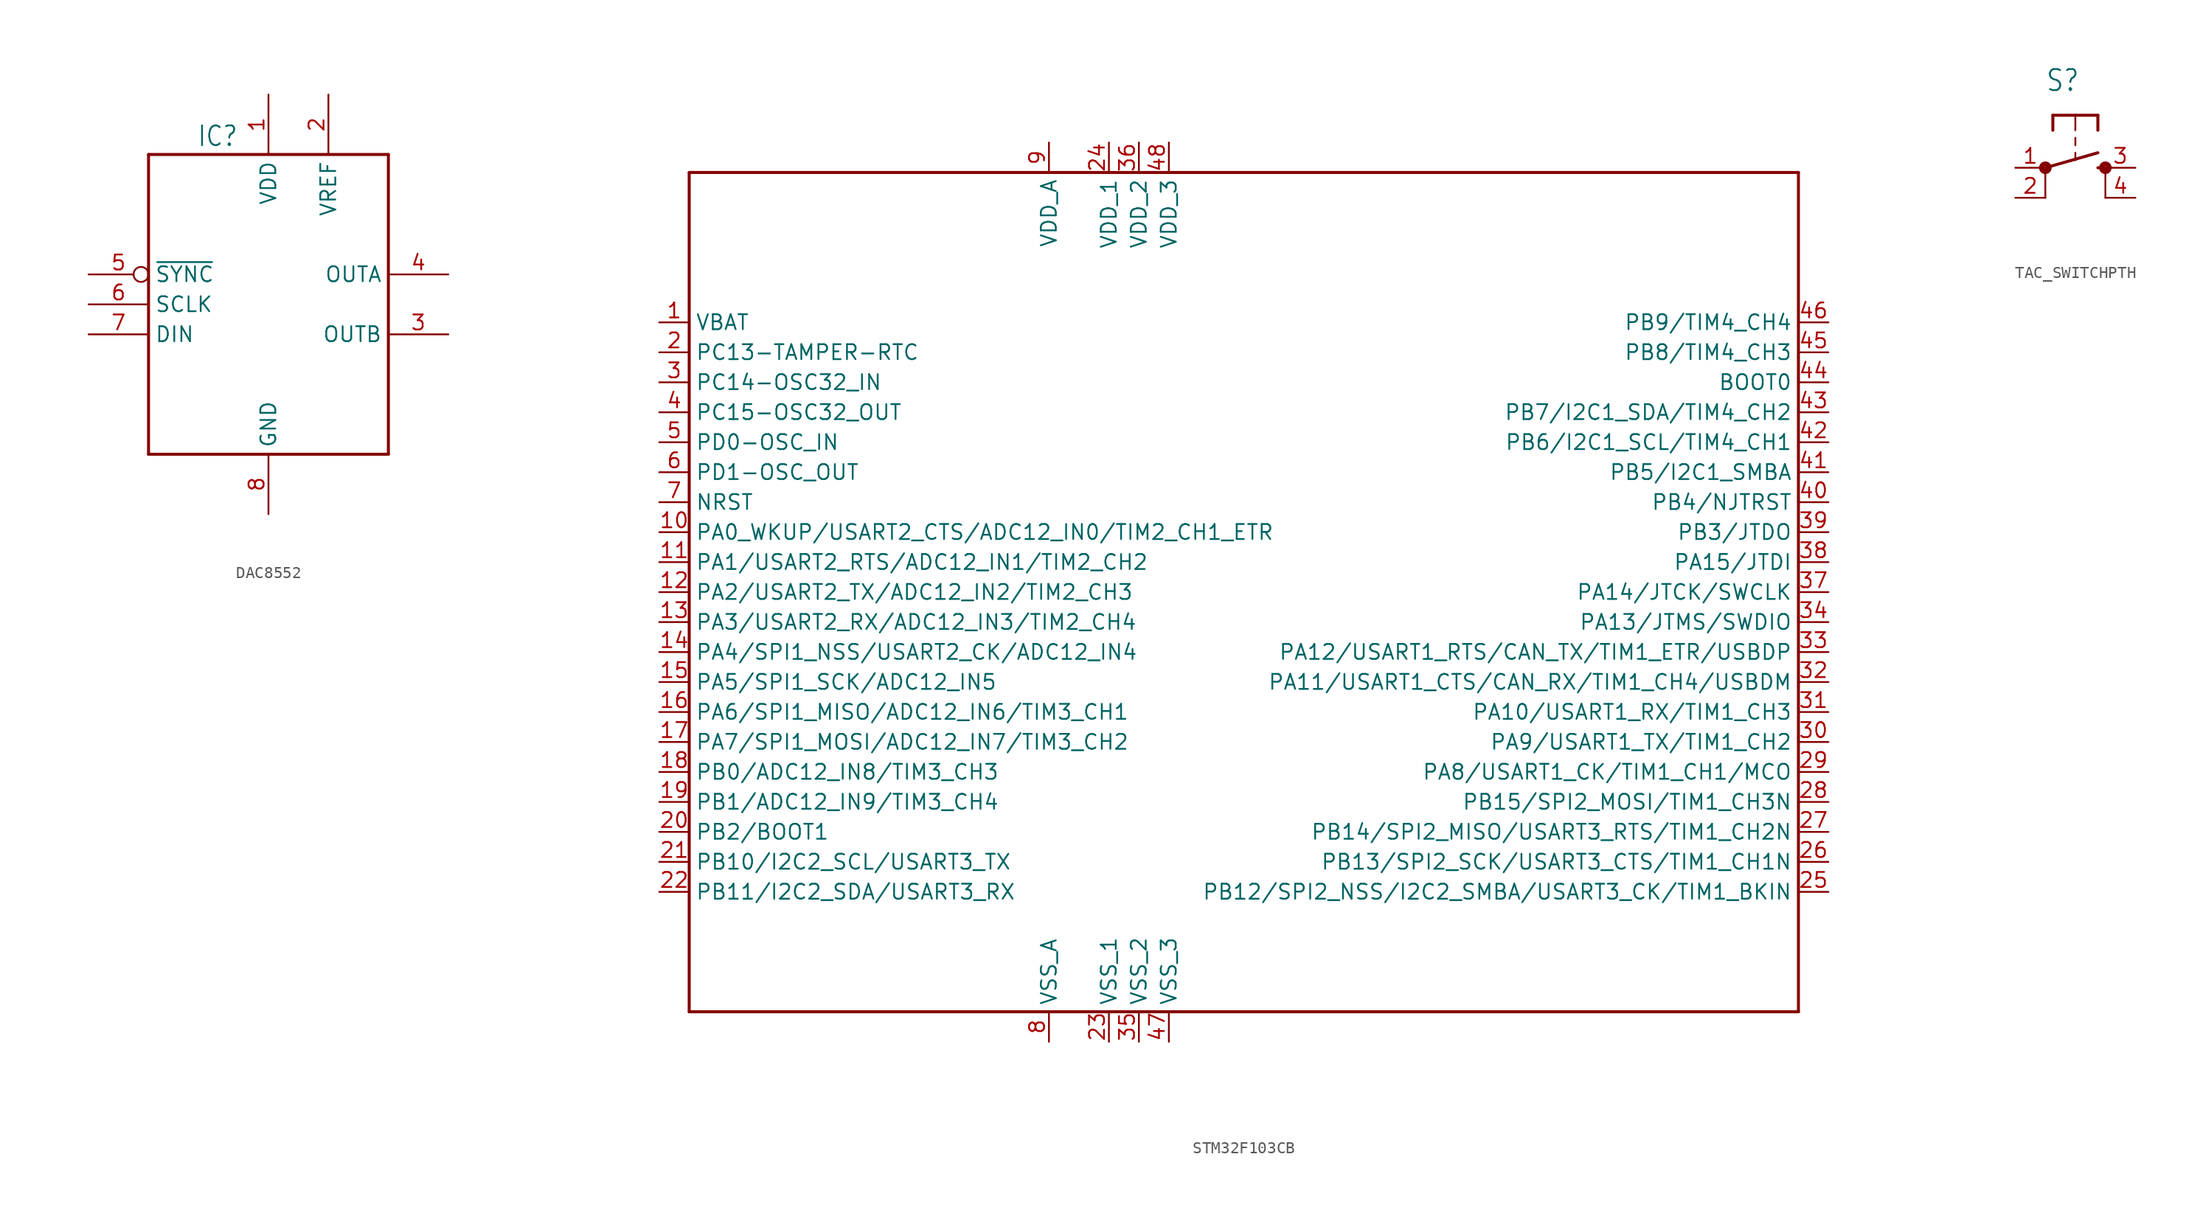
<source format=kicad_sym>
(kicad_symbol_lib
  (version 20220914)
  (generator kicad_symbol_editor)
  (symbol "DAC8552"
    (property "Reference" "IC"
      (at -2.54 15.24 0)
      (effects (font (size 1.676 1.425)) (justify right top)))
    (property "Value" ""
      (at -10.16 -15.24 0)
      (effects (font (size 1.422 1.209)) (justify left bottom)))
    (property "ki_locked" ""
      (at 0 0 0)
      (effects (font (size 1.27 1.27))))
    (symbol "DAC8552_1_0"
      (polyline (pts (xy -10.16 -12.7) (xy -10.16 12.7)) (stroke (width 0.254) (type solid)) (fill (type none)))
      (polyline (pts (xy -10.16 12.7) (xy 10.16 12.7)) (stroke (width 0.254) (type solid)) (fill (type none)))
      (polyline (pts (xy 10.16 -12.7) (xy -10.16 -12.7)) (stroke (width 0.254) (type solid)) (fill (type none)))
      (polyline (pts (xy 10.16 12.7) (xy 10.16 -12.7)) (stroke (width 0.254) (type solid)) (fill (type none)))
      (pin power_in line (at 0 17.78 270) (length 5.08) (name "VDD" (effects (font (size 1.27 1.27)))) (number "1" (effects (font (size 1.27 1.27)))))
      (pin power_in line (at 5.08 17.78 270) (length 5.08) (name "VREF" (effects (font (size 1.27 1.27)))) (number "2" (effects (font (size 1.27 1.27)))))
      (pin input line (at 15.24 -2.54 180) (length 5.08) (name "OUTB" (effects (font (size 1.27 1.27)))) (number "3" (effects (font (size 1.27 1.27)))))
      (pin output line (at 15.24 2.54 180) (length 5.08) (name "OUTA" (effects (font (size 1.27 1.27)))) (number "4" (effects (font (size 1.27 1.27)))))
      (pin bidirectional inverted (at -15.24 2.54 0) (length 5.08) (name "~{SYNC}" (effects (font (size 1.27 1.27)))) (number "5" (effects (font (size 1.27 1.27)))))
      (pin bidirectional line (at -15.24 0 0) (length 5.08) (name "SCLK" (effects (font (size 1.27 1.27)))) (number "6" (effects (font (size 1.27 1.27)))))
      (pin bidirectional line (at -15.24 -2.54 0) (length 5.08) (name "DIN" (effects (font (size 1.27 1.27)))) (number "7" (effects (font (size 1.27 1.27)))))
      (pin power_in line (at 0 -17.78 90) (length 5.08) (name "GND" (effects (font (size 1.27 1.27)))) (number "8" (effects (font (size 1.27 1.27)))))))
  (symbol "STM32F103CB"
    (property "Reference" ""
      (at 38.1 -38.1 0)
      (effects (font (size 1.778 1.511)) (justify left bottom) hide))
    (property "Value" ""
      (at 45.72 38.1 0)
      (effects (font (size 1.778 1.511)) (justify right top)))
    (property "ki_locked" ""
      (at 0 0 0)
      (effects (font (size 1.27 1.27))))
    (symbol "STM32F103CB_1_0"
      (polyline (pts (xy -45.72 -35.56) (xy 48.26 -35.56)) (stroke (width 0.254) (type solid)) (fill (type none)))
      (polyline (pts (xy -45.72 35.56) (xy -45.72 -35.56)) (stroke (width 0.254) (type solid)) (fill (type none)))
      (polyline (pts (xy 48.26 -35.56) (xy 48.26 35.56)) (stroke (width 0.254) (type solid)) (fill (type none)))
      (polyline (pts (xy 48.26 35.56) (xy -45.72 35.56)) (stroke (width 0.254) (type solid)) (fill (type none)))
      (pin power_in line (at -48.26 22.86 0) (length 2.54) (name "VBAT" (effects (font (size 1.27 1.27)))) (number "1" (effects (font (size 1.27 1.27)))))
      (pin bidirectional line (at -48.26 5.08 0) (length 2.54) (name "PA0_WKUP/USART2_CTS/ADC12_IN0/TIM2_CH1_ETR" (effects (font (size 1.27 1.27)))) (number "10" (effects (font (size 1.27 1.27)))))
      (pin bidirectional line (at -48.26 2.54 0) (length 2.54) (name "PA1/USART2_RTS/ADC12_IN1/TIM2_CH2" (effects (font (size 1.27 1.27)))) (number "11" (effects (font (size 1.27 1.27)))))
      (pin bidirectional line (at -48.26 0 0) (length 2.54) (name "PA2/USART2_TX/ADC12_IN2/TIM2_CH3" (effects (font (size 1.27 1.27)))) (number "12" (effects (font (size 1.27 1.27)))))
      (pin bidirectional line (at -48.26 -2.54 0) (length 2.54) (name "PA3/USART2_RX/ADC12_IN3/TIM2_CH4" (effects (font (size 1.27 1.27)))) (number "13" (effects (font (size 1.27 1.27)))))
      (pin bidirectional line (at -48.26 -5.08 0) (length 2.54) (name "PA4/SPI1_NSS/USART2_CK/ADC12_IN4" (effects (font (size 1.27 1.27)))) (number "14" (effects (font (size 1.27 1.27)))))
      (pin bidirectional line (at -48.26 -7.62 0) (length 2.54) (name "PA5/SPI1_SCK/ADC12_IN5" (effects (font (size 1.27 1.27)))) (number "15" (effects (font (size 1.27 1.27)))))
      (pin bidirectional line (at -48.26 -10.16 0) (length 2.54) (name "PA6/SPI1_MISO/ADC12_IN6/TIM3_CH1" (effects (font (size 1.27 1.27)))) (number "16" (effects (font (size 1.27 1.27)))))
      (pin bidirectional line (at -48.26 -12.7 0) (length 2.54) (name "PA7/SPI1_MOSI/ADC12_IN7/TIM3_CH2" (effects (font (size 1.27 1.27)))) (number "17" (effects (font (size 1.27 1.27)))))
      (pin bidirectional line (at -48.26 -15.24 0) (length 2.54) (name "PB0/ADC12_IN8/TIM3_CH3" (effects (font (size 1.27 1.27)))) (number "18" (effects (font (size 1.27 1.27)))))
      (pin bidirectional line (at -48.26 -17.78 0) (length 2.54) (name "PB1/ADC12_IN9/TIM3_CH4" (effects (font (size 1.27 1.27)))) (number "19" (effects (font (size 1.27 1.27)))))
      (pin input line (at -48.26 20.32 0) (length 2.54) (name "PC13-TAMPER-RTC" (effects (font (size 1.27 1.27)))) (number "2" (effects (font (size 1.27 1.27)))))
      (pin bidirectional line (at -48.26 -20.32 0) (length 2.54) (name "PB2/BOOT1" (effects (font (size 1.27 1.27)))) (number "20" (effects (font (size 1.27 1.27)))))
      (pin input line (at -48.26 -22.86 0) (length 2.54) (name "PB10/I2C2_SCL/USART3_TX" (effects (font (size 1.27 1.27)))) (number "21" (effects (font (size 1.27 1.27)))))
      (pin input line (at -48.26 -25.4 0) (length 2.54) (name "PB11/I2C2_SDA/USART3_RX" (effects (font (size 1.27 1.27)))) (number "22" (effects (font (size 1.27 1.27)))))
      (pin power_in line (at -10.16 -38.1 90) (length 2.54) (name "VSS_1" (effects (font (size 1.27 1.27)))) (number "23" (effects (font (size 1.27 1.27)))))
      (pin power_in line (at -10.16 38.1 270) (length 2.54) (name "VDD_1" (effects (font (size 1.27 1.27)))) (number "24" (effects (font (size 1.27 1.27)))))
      (pin input line (at 50.8 -25.4 180) (length 2.54) (name "PB12/SPI2_NSS/I2C2_SMBA/USART3_CK/TIM1_BKIN" (effects (font (size 1.27 1.27)))) (number "25" (effects (font (size 1.27 1.27)))))
      (pin input line (at 50.8 -22.86 180) (length 2.54) (name "PB13/SPI2_SCK/USART3_CTS/TIM1_CH1N" (effects (font (size 1.27 1.27)))) (number "26" (effects (font (size 1.27 1.27)))))
      (pin input line (at 50.8 -20.32 180) (length 2.54) (name "PB14/SPI2_MISO/USART3_RTS/TIM1_CH2N" (effects (font (size 1.27 1.27)))) (number "27" (effects (font (size 1.27 1.27)))))
      (pin input line (at 50.8 -17.78 180) (length 2.54) (name "PB15/SPI2_MOSI/TIM1_CH3N" (effects (font (size 1.27 1.27)))) (number "28" (effects (font (size 1.27 1.27)))))
      (pin bidirectional line (at 50.8 -15.24 180) (length 2.54) (name "PA8/USART1_CK/TIM1_CH1/MCO" (effects (font (size 1.27 1.27)))) (number "29" (effects (font (size 1.27 1.27)))))
      (pin input line (at -48.26 17.78 0) (length 2.54) (name "PC14-OSC32_IN" (effects (font (size 1.27 1.27)))) (number "3" (effects (font (size 1.27 1.27)))))
      (pin input line (at 50.8 -12.7 180) (length 2.54) (name "PA9/USART1_TX/TIM1_CH2" (effects (font (size 1.27 1.27)))) (number "30" (effects (font (size 1.27 1.27)))))
      (pin bidirectional line (at 50.8 -10.16 180) (length 2.54) (name "PA10/USART1_RX/TIM1_CH3" (effects (font (size 1.27 1.27)))) (number "31" (effects (font (size 1.27 1.27)))))
      (pin bidirectional line (at 50.8 -7.62 180) (length 2.54) (name "PA11/USART1_CTS/CAN_RX/TIM1_CH4/USBDM" (effects (font (size 1.27 1.27)))) (number "32" (effects (font (size 1.27 1.27)))))
      (pin bidirectional line (at 50.8 -5.08 180) (length 2.54) (name "PA12/USART1_RTS/CAN_TX/TIM1_ETR/USBDP" (effects (font (size 1.27 1.27)))) (number "33" (effects (font (size 1.27 1.27)))))
      (pin bidirectional line (at 50.8 -2.54 180) (length 2.54) (name "PA13/JTMS/SWDIO" (effects (font (size 1.27 1.27)))) (number "34" (effects (font (size 1.27 1.27)))))
      (pin power_in line (at -7.62 -38.1 90) (length 2.54) (name "VSS_2" (effects (font (size 1.27 1.27)))) (number "35" (effects (font (size 1.27 1.27)))))
      (pin power_in line (at -7.62 38.1 270) (length 2.54) (name "VDD_2" (effects (font (size 1.27 1.27)))) (number "36" (effects (font (size 1.27 1.27)))))
      (pin bidirectional line (at 50.8 0 180) (length 2.54) (name "PA14/JTCK/SWCLK" (effects (font (size 1.27 1.27)))) (number "37" (effects (font (size 1.27 1.27)))))
      (pin bidirectional line (at 50.8 2.54 180) (length 2.54) (name "PA15/JTDI" (effects (font (size 1.27 1.27)))) (number "38" (effects (font (size 1.27 1.27)))))
      (pin bidirectional line (at 50.8 5.08 180) (length 2.54) (name "PB3/JTDO" (effects (font (size 1.27 1.27)))) (number "39" (effects (font (size 1.27 1.27)))))
      (pin input line (at -48.26 15.24 0) (length 2.54) (name "PC15-OSC32_OUT" (effects (font (size 1.27 1.27)))) (number "4" (effects (font (size 1.27 1.27)))))
      (pin bidirectional line (at 50.8 7.62 180) (length 2.54) (name "PB4/NJTRST" (effects (font (size 1.27 1.27)))) (number "40" (effects (font (size 1.27 1.27)))))
      (pin input line (at 50.8 10.16 180) (length 2.54) (name "PB5/I2C1_SMBA" (effects (font (size 1.27 1.27)))) (number "41" (effects (font (size 1.27 1.27)))))
      (pin input line (at 50.8 12.7 180) (length 2.54) (name "PB6/I2C1_SCL/TIM4_CH1" (effects (font (size 1.27 1.27)))) (number "42" (effects (font (size 1.27 1.27)))))
      (pin bidirectional line (at 50.8 15.24 180) (length 2.54) (name "PB7/I2C1_SDA/TIM4_CH2" (effects (font (size 1.27 1.27)))) (number "43" (effects (font (size 1.27 1.27)))))
      (pin input line (at 50.8 17.78 180) (length 2.54) (name "BOOT0" (effects (font (size 1.27 1.27)))) (number "44" (effects (font (size 1.27 1.27)))))
      (pin bidirectional line (at 50.8 20.32 180) (length 2.54) (name "PB8/TIM4_CH3" (effects (font (size 1.27 1.27)))) (number "45" (effects (font (size 1.27 1.27)))))
      (pin input line (at 50.8 22.86 180) (length 2.54) (name "PB9/TIM4_CH4" (effects (font (size 1.27 1.27)))) (number "46" (effects (font (size 1.27 1.27)))))
      (pin power_in line (at -5.08 -38.1 90) (length 2.54) (name "VSS_3" (effects (font (size 1.27 1.27)))) (number "47" (effects (font (size 1.27 1.27)))))
      (pin power_in line (at -5.08 38.1 270) (length 2.54) (name "VDD_3" (effects (font (size 1.27 1.27)))) (number "48" (effects (font (size 1.27 1.27)))))
      (pin input line (at -48.26 12.7 0) (length 2.54) (name "PD0-OSC_IN" (effects (font (size 1.27 1.27)))) (number "5" (effects (font (size 1.27 1.27)))))
      (pin input line (at -48.26 10.16 0) (length 2.54) (name "PD1-OSC_OUT" (effects (font (size 1.27 1.27)))) (number "6" (effects (font (size 1.27 1.27)))))
      (pin input line (at -48.26 7.62 0) (length 2.54) (name "NRST" (effects (font (size 1.27 1.27)))) (number "7" (effects (font (size 1.27 1.27)))))
      (pin power_in line (at -15.24 -38.1 90) (length 2.54) (name "VSS_A" (effects (font (size 1.27 1.27)))) (number "8" (effects (font (size 1.27 1.27)))))
      (pin power_in line (at -15.24 38.1 270) (length 2.54) (name "VDD_A" (effects (font (size 1.27 1.27)))) (number "9" (effects (font (size 1.27 1.27)))))))
  (symbol "TAC_SWITCHPTH"
    (property "Reference" "S"
      (at -2.54 6.35 0)
      (effects (font (size 1.778 1.511)) (justify left bottom)))
    (property "Value" ""
      (at -2.54 -6.35 0)
      (effects (font (size 1.778 1.511)) (justify left bottom)))
    (property "ki_locked" ""
      (at 0 0 0)
      (effects (font (size 1.27 1.27))))
    (symbol "TAC_SWITCHPTH_1_0"
      (circle (center -2.54 0) (radius 0.127) (stroke (width 0.406) (type solid)) (fill (type none)))
      (polyline (pts (xy -2.54 -2.54) (xy -2.54 0)) (stroke (width 0.152) (type solid)) (fill (type none)))
      (polyline (pts (xy -2.54 0) (xy 1.905 1.27)) (stroke (width 0.254) (type solid)) (fill (type none)))
      (polyline (pts (xy -1.905 4.445) (xy -1.905 3.175)) (stroke (width 0.254) (type solid)) (fill (type none)))
      (polyline (pts (xy 0 1.27) (xy 0 0.635)) (stroke (width 0.152) (type solid)) (fill (type none)))
      (polyline (pts (xy 0 2.54) (xy 0 1.905)) (stroke (width 0.152) (type solid)) (fill (type none)))
      (polyline (pts (xy 0 4.445) (xy -1.905 4.445)) (stroke (width 0.254) (type solid)) (fill (type none)))
      (polyline (pts (xy 0 4.445) (xy 0 3.175)) (stroke (width 0.152) (type solid)) (fill (type none)))
      (polyline (pts (xy 1.905 0) (xy 2.54 0)) (stroke (width 0.254) (type solid)) (fill (type none)))
      (polyline (pts (xy 1.905 4.445) (xy 0 4.445)) (stroke (width 0.254) (type solid)) (fill (type none)))
      (polyline (pts (xy 1.905 4.445) (xy 1.905 3.175)) (stroke (width 0.254) (type solid)) (fill (type none)))
      (polyline (pts (xy 2.54 -2.54) (xy 2.54 0)) (stroke (width 0.152) (type solid)) (fill (type none)))
      (circle (center 2.54 0) (radius 0.127) (stroke (width 0.406) (type solid)) (fill (type none)))
      (pin passive line (at -5.08 0 0) (length 2.54) (name "1" (effects (font (size 0 0)))) (number "1" (effects (font (size 1.27 1.27)))))
      (pin passive line (at -5.08 -2.54 0) (length 2.54) (name "2" (effects (font (size 0 0)))) (number "2" (effects (font (size 1.27 1.27)))))
      (pin passive line (at 5.08 0 180) (length 2.54) (name "3" (effects (font (size 0 0)))) (number "3" (effects (font (size 1.27 1.27)))))
      (pin passive line (at 5.08 -2.54 180) (length 2.54) (name "4" (effects (font (size 0 0)))) (number "4" (effects (font (size 1.27 1.27))))))))
</source>
